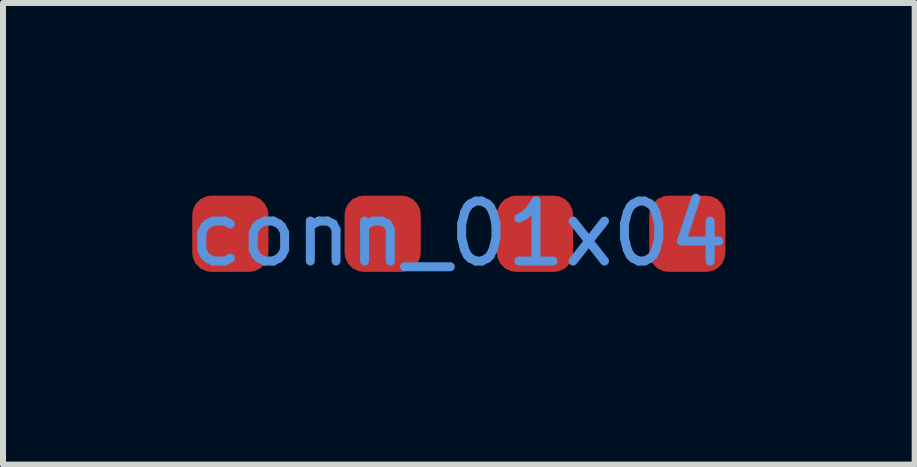
<source format=kicad_pcb>
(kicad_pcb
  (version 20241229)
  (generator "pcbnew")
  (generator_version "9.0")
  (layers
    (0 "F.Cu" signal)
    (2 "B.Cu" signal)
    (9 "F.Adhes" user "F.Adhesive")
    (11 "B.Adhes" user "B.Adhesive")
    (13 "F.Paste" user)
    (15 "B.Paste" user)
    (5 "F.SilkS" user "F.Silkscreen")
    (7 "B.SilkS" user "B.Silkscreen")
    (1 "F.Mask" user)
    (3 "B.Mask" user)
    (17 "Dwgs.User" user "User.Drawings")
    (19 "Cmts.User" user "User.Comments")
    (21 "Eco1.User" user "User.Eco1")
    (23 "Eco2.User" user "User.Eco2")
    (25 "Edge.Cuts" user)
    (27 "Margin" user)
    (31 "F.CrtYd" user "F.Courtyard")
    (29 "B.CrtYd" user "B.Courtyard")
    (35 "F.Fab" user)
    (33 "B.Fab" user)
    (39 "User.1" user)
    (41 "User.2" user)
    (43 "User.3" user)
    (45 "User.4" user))
  (footprint "conn_01x04"
    (layer "F.Cu")
    (at 4.601 0.848)
    (property "Reference" "conn_01x04" (at 0 0 0) (layer "Cmts.User") (effects (font (size 1 1) (thickness 0.15))))
    (attr through_hole)
    (pad "1" connect roundrect (at -3.81 0 90) (size 1.27 1.27) (layers "F.Cu" "F.Mask") (roundrect_rratio 0.25))
    (pad "2" connect roundrect (at -1.27 0 90) (size 1.27 1.27) (layers "F.Cu" "F.Mask") (roundrect_rratio 0.25))
    (pad "3" connect roundrect (at 1.27 0 90) (size 1.27 1.27) (layers "F.Cu" "F.Mask") (roundrect_rratio 0.25))
    (pad "4" connect roundrect (at 3.81 0 90) (size 1.27 1.27) (layers "F.Cu" "F.Mask") (roundrect_rratio 0.25)))
  (gr_rect
    (start -3 -3)
    (end 12.202 4.697)
    (stroke (width 0.1) (type default))
    (fill no)
    (layer "Edge.Cuts")))
</source>
